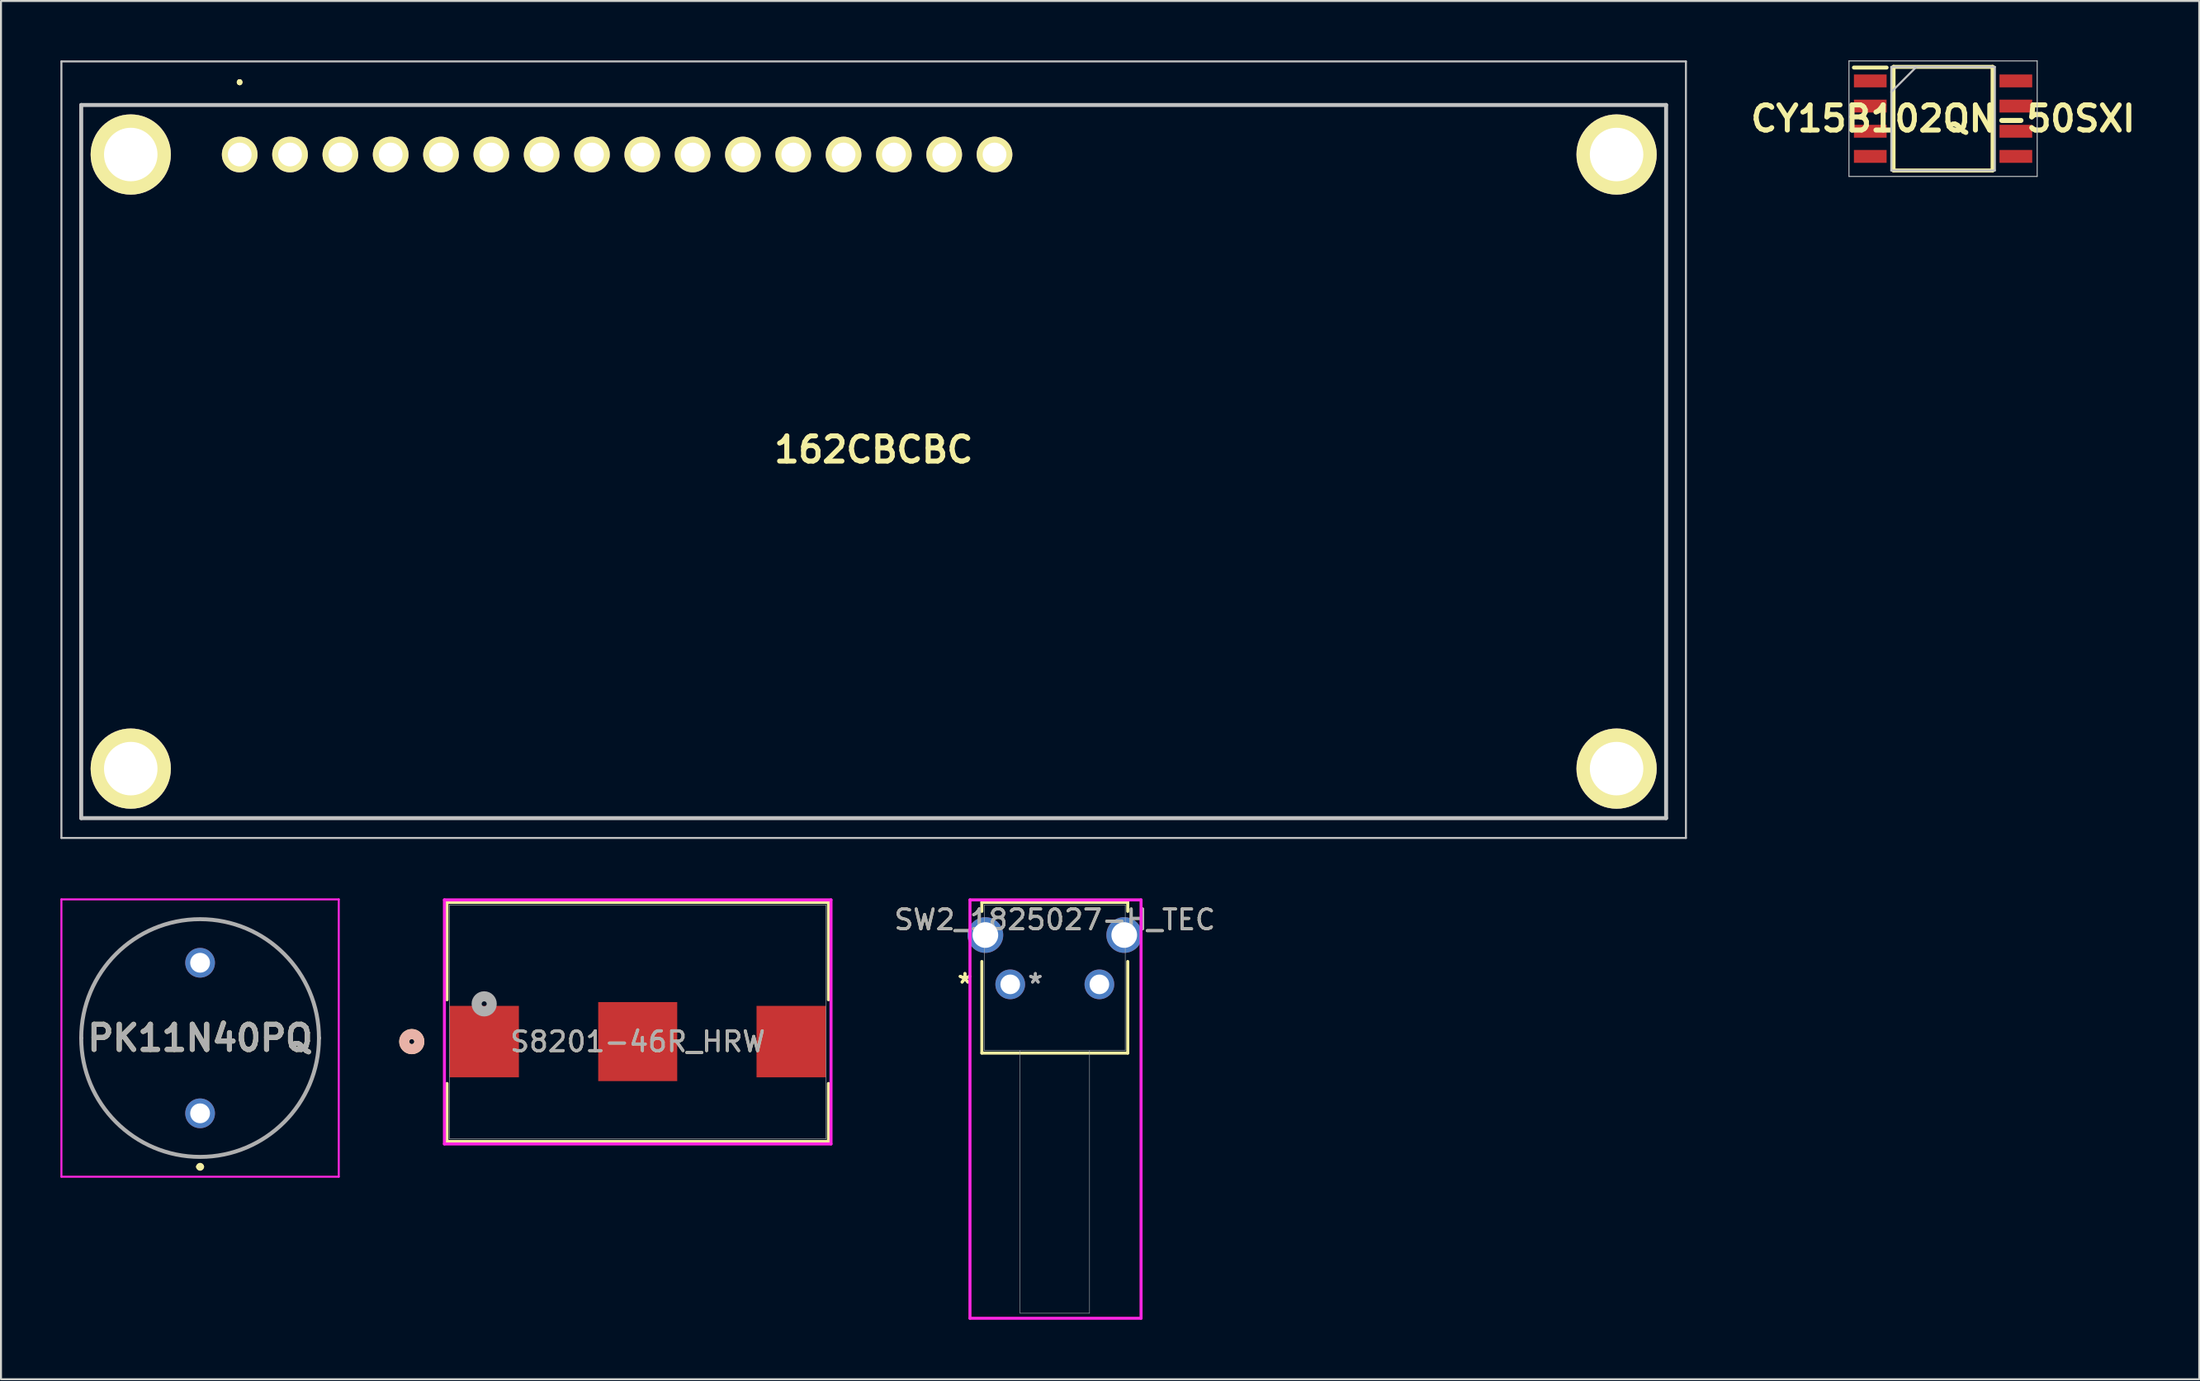
<source format=kicad_pcb>
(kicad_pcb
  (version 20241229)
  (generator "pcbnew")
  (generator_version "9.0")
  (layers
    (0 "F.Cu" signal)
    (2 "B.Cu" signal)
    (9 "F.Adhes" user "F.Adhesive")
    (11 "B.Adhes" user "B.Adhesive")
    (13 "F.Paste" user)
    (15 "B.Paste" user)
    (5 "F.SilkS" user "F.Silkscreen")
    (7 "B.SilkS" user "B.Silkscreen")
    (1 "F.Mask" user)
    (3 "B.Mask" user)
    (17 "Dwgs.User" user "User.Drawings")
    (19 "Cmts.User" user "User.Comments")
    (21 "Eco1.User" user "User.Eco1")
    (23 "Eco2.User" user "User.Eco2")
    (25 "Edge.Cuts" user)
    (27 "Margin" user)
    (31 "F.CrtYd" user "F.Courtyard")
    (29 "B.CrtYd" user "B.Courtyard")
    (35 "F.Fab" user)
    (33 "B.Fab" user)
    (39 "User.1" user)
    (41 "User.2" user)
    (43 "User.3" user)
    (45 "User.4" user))
  (footprint "SW2_1825027-H_TEC"
    (layer "F.Cu")
    (at 47.943 46.64)
    (property "Reference" "SW2_1825027-H_TEC" (at 2.25 -3.261 0) (unlocked yes) (layer "F.SilkS") (effects (font (size 1 1) (thickness 0.15))))
    (attr through_hole)
    (fp_line (start -1.433 -4.137) (end -1.433 -3.683) (stroke (width 0.152) (type solid)) (layer "F.SilkS"))
    (fp_line (start -1.433 -1.156) (end -1.433 3.47) (stroke (width 0.152) (type solid)) (layer "F.SilkS"))
    (fp_line (start -1.433 3.47) (end 5.933 3.47) (stroke (width 0.152) (type solid)) (layer "F.SilkS"))
    (fp_line (start 5.933 -4.137) (end -1.433 -4.137) (stroke (width 0.152) (type solid)) (layer "F.SilkS"))
    (fp_line (start 5.933 -3.683) (end 5.933 -4.137) (stroke (width 0.152) (type solid)) (layer "F.SilkS"))
    (fp_line (start 5.933 3.47) (end 5.933 -1.156) (stroke (width 0.152) (type solid)) (layer "F.SilkS"))
    (fp_line (start -2.032 -4.264) (end -2.032 16.856) (stroke (width 0.152) (type solid)) (layer "F.CrtYd"))
    (fp_line (start -2.032 16.856) (end 6.604 16.856) (stroke (width 0.152) (type solid)) (layer "F.CrtYd"))
    (fp_line (start 6.604 -4.264) (end -2.032 -4.264) (stroke (width 0.152) (type solid)) (layer "F.CrtYd"))
    (fp_line (start 6.604 16.856) (end 6.604 -4.264) (stroke (width 0.152) (type solid)) (layer "F.CrtYd"))
    (fp_line (start -1.306 -4.01) (end -1.306 3.343) (stroke (width 0.025) (type solid)) (layer "F.Fab"))
    (fp_line (start -1.306 3.343) (end 5.806 3.343) (stroke (width 0.025) (type solid)) (layer "F.Fab"))
    (fp_line (start 0.497 3.343) (end 0.497 16.602) (stroke (width 0.025) (type solid)) (layer "F.Fab"))
    (fp_line (start 0.497 16.602) (end 4.003 16.602) (stroke (width 0.025) (type solid)) (layer "F.Fab"))
    (fp_line (start 4.003 3.343) (end 4.003 16.602) (stroke (width 0.025) (type solid)) (layer "F.Fab"))
    (fp_line (start 5.806 -4.01) (end -1.306 -4.01) (stroke (width 0.025) (type solid)) (layer "F.Fab"))
    (fp_line (start 5.806 3.343) (end 5.806 -4.01) (stroke (width 0.025) (type solid)) (layer "F.Fab"))
    (fp_text user "*" (at -2.286 0 0) (layer "F.SilkS") (effects (font (size 1 1) (thickness 0.15))))
    (fp_text user "*" (at -2.286 0 0) (unlocked yes) (layer "F.SilkS") (effects (font (size 1 1) (thickness 0.15))))
    (fp_text user "${REFERENCE}" (at 2.25 -3.261 0) (unlocked yes) (layer "F.Fab") (effects (font (size 1 1) (thickness 0.15))))
    (fp_text user "*" (at 1.27 0 0) (unlocked yes) (layer "F.Fab") (effects (font (size 1 1) (thickness 0.15))))
    (fp_text user "*" (at 1.27 0 0) (layer "F.Fab") (effects (font (size 1 1) (thickness 0.15))))
    (pad "1" thru_hole circle (at 0 0) (size 1.499 1.499) (drill 0.991) (layers "*.Cu" "*.Mask"))
    (pad "2" thru_hole circle (at 4.5 0) (size 1.499 1.499) (drill 0.991) (layers "*.Cu" "*.Mask"))
    (pad "3" thru_hole circle (at -1.255 -2.49) (size 1.803 1.803) (drill 1.295) (layers "*.Cu" "*.Mask"))
    (pad "4" thru_hole circle (at 5.755 -2.49) (size 1.803 1.803) (drill 1.295) (layers "*.Cu" "*.Mask")))
  (footprint "CY15B102QN-50SXI"
    (layer "F.Cu")
    (at 95.03 2.94)
    (property "Reference" "CY15B102QN-50SXI" (at 0 0 0) (layer "F.SilkS") (effects (font (size 1.27 1.27) (thickness 0.254))))
    (attr smd)
    (fp_line (start -4.5 -2.58) (end -2.85 -2.58) (stroke (width 0.2) (type solid)) (layer "F.SilkS"))
    (fp_line (start -2.5 -2.615) (end 2.5 -2.615) (stroke (width 0.2) (type solid)) (layer "F.SilkS"))
    (fp_line (start -2.5 2.615) (end -2.5 -2.615) (stroke (width 0.2) (type solid)) (layer "F.SilkS"))
    (fp_line (start 2.5 -2.615) (end 2.5 2.615) (stroke (width 0.2) (type solid)) (layer "F.SilkS"))
    (fp_line (start 2.5 2.615) (end -2.5 2.615) (stroke (width 0.2) (type solid)) (layer "F.SilkS"))
    (fp_line (start -4.75 -2.915) (end 4.75 -2.915) (stroke (width 0.05) (type solid)) (layer "Dwgs.User"))
    (fp_line (start -4.75 2.915) (end -4.75 -2.915) (stroke (width 0.05) (type solid)) (layer "Dwgs.User"))
    (fp_line (start -2.615 -2.615) (end 2.615 -2.615) (stroke (width 0.1) (type solid)) (layer "Dwgs.User"))
    (fp_line (start -2.615 -1.345) (end -1.345 -2.615) (stroke (width 0.1) (type solid)) (layer "Dwgs.User"))
    (fp_line (start -2.615 2.615) (end -2.615 -2.615) (stroke (width 0.1) (type solid)) (layer "Dwgs.User"))
    (fp_line (start 2.615 -2.615) (end 2.615 2.615) (stroke (width 0.1) (type solid)) (layer "Dwgs.User"))
    (fp_line (start 2.615 2.615) (end -2.615 2.615) (stroke (width 0.1) (type solid)) (layer "Dwgs.User"))
    (fp_line (start 4.75 -2.915) (end 4.75 2.915) (stroke (width 0.05) (type solid)) (layer "Dwgs.User"))
    (fp_line (start 4.75 2.915) (end -4.75 2.915) (stroke (width 0.05) (type solid)) (layer "Dwgs.User"))
    (pad "1" smd rect (at -3.675 -1.905 90) (size 0.65 1.65) (layers "F.Cu" "F.Mask" "F.Paste"))
    (pad "2" smd rect (at -3.675 -0.635 90) (size 0.65 1.65) (layers "F.Cu" "F.Mask" "F.Paste"))
    (pad "3" smd rect (at -3.675 0.635 90) (size 0.65 1.65) (layers "F.Cu" "F.Mask" "F.Paste"))
    (pad "4" smd rect (at -3.675 1.905 90) (size 0.65 1.65) (layers "F.Cu" "F.Mask" "F.Paste"))
    (pad "5" smd rect (at 3.675 1.905 90) (size 0.65 1.65) (layers "F.Cu" "F.Mask" "F.Paste"))
    (pad "6" smd rect (at 3.675 0.635 90) (size 0.65 1.65) (layers "F.Cu" "F.Mask" "F.Paste"))
    (pad "7" smd rect (at 3.675 -0.635 90) (size 0.65 1.65) (layers "F.Cu" "F.Mask" "F.Paste"))
    (pad "8" smd rect (at 3.675 -1.905 90) (size 0.65 1.65) (layers "F.Cu" "F.Mask" "F.Paste")))
  (footprint "S8201-46R_HRW"
    (layer "F.Cu")
    (at 29.14 48.536)
    (property "Reference" "S8201-46R_HRW" (at 0 0.994 0) (unlocked yes) (layer "F.SilkS") (effects (font (size 1 1) (thickness 0.15))))
    (attr smd)
    (fp_line (start -9.627 -6.032) (end -9.627 -1.118) (stroke (width 0.152) (type solid)) (layer "F.SilkS"))
    (fp_line (start -9.627 3.107) (end -9.627 6.032) (stroke (width 0.152) (type solid)) (layer "F.SilkS"))
    (fp_line (start -9.627 6.032) (end 9.627 6.032) (stroke (width 0.152) (type solid)) (layer "F.SilkS"))
    (fp_line (start 9.627 -6.032) (end -9.627 -6.032) (stroke (width 0.152) (type solid)) (layer "F.SilkS"))
    (fp_line (start 9.627 -1.118) (end 9.627 -6.032) (stroke (width 0.152) (type solid)) (layer "F.SilkS"))
    (fp_line (start 9.627 6.032) (end 9.627 3.107) (stroke (width 0.152) (type solid)) (layer "F.SilkS"))
    (fp_circle (center -11.405 0.994) (end -11.024 0.994) (stroke (width 0.508) (type solid)) (fill no) (layer "F.SilkS"))
    (fp_circle (center -11.405 0.994) (end -11.024 0.994) (stroke (width 0.508) (type solid)) (fill no) (layer "B.SilkS"))
    (fp_line (start -9.757 -6.16) (end -9.757 6.16) (stroke (width 0.152) (type solid)) (layer "F.CrtYd"))
    (fp_line (start -9.757 6.16) (end 9.757 6.16) (stroke (width 0.152) (type solid)) (layer "F.CrtYd"))
    (fp_line (start 9.757 -6.16) (end -9.757 -6.16) (stroke (width 0.152) (type solid)) (layer "F.CrtYd"))
    (fp_line (start 9.757 6.16) (end 9.757 -6.16) (stroke (width 0.152) (type solid)) (layer "F.CrtYd"))
    (fp_line (start -9.5 -5.905) (end -9.5 5.905) (stroke (width 0.025) (type solid)) (layer "F.Fab"))
    (fp_line (start -9.5 5.905) (end 9.5 5.905) (stroke (width 0.025) (type solid)) (layer "F.Fab"))
    (fp_line (start 9.5 -5.905) (end -9.5 -5.905) (stroke (width 0.025) (type solid)) (layer "F.Fab"))
    (fp_line (start 9.5 5.905) (end 9.5 -5.905) (stroke (width 0.025) (type solid)) (layer "F.Fab"))
    (fp_circle (center -7.75 -0.911) (end -7.369 -0.911) (stroke (width 0.508) (type solid)) (fill no) (layer "F.Fab"))
    (fp_text user "${REFERENCE}" (at 0 0.994 0) (unlocked yes) (layer "F.Fab") (effects (font (size 1 1) (thickness 0.15))))
    (pad "1" smd rect (at -7.75 0.994) (size 3.505 3.607) (layers "F.Cu" "F.Mask" "F.Paste"))
    (pad "2" smd rect (at 7.75 0.994) (size 3.505 3.607) (layers "F.Cu" "F.Mask" "F.Paste"))
    (pad "3" smd rect (at 0 0.994) (size 3.988 3.988) (layers "F.Cu" "F.Mask" "F.Paste")))
  (footprint "PK11N40PQ"
    (layer "F.Cu")
    (at 7.05 53.15)
    (property "Reference" "PK11N40PQ" (at 0 -3.8 0) (layer "F.SilkS") (effects (font (size 1.27 1.27) (thickness 0.254))))
    (attr through_hole)
    (fp_line (start -6 -3.8) (end -6 -3.8) (stroke (width 0.1) (type solid)) (layer "F.SilkS"))
    (fp_line (start -0.1 2.7) (end -0.1 2.7) (stroke (width 0.2) (type solid)) (layer "F.SilkS"))
    (fp_line (start 0.1 2.7) (end 0.1 2.7) (stroke (width 0.2) (type solid)) (layer "F.SilkS"))
    (fp_line (start 6 -3.8) (end 6 -3.8) (stroke (width 0.1) (type solid)) (layer "F.SilkS"))
    (fp_arc (start -6 -3.8) (mid 0 -9.8) (end 6 -3.8) (stroke (width 0.1) (type solid)) (layer "F.SilkS"))
    (fp_arc (start -0.1 2.7) (mid 0 2.6) (end 0.1 2.7) (stroke (width 0.2) (type solid)) (layer "F.SilkS"))
    (fp_arc (start 0.1 2.7) (mid 0 2.8) (end -0.1 2.7) (stroke (width 0.2) (type solid)) (layer "F.SilkS"))
    (fp_arc (start 6 -3.8) (mid 0 2.2) (end -6 -3.8) (stroke (width 0.1) (type solid)) (layer "F.SilkS"))
    (fp_line (start -7 -10.8) (end 7 -10.8) (stroke (width 0.1) (type solid)) (layer "F.CrtYd"))
    (fp_line (start -7 3.2) (end -7 -10.8) (stroke (width 0.1) (type solid)) (layer "F.CrtYd"))
    (fp_line (start 7 -10.8) (end 7 3.2) (stroke (width 0.1) (type solid)) (layer "F.CrtYd"))
    (fp_line (start 7 3.2) (end -7 3.2) (stroke (width 0.1) (type solid)) (layer "F.CrtYd"))
    (fp_line (start -6 -3.8) (end -6 -3.8) (stroke (width 0.2) (type solid)) (layer "F.Fab"))
    (fp_line (start 6 -3.8) (end 6 -3.8) (stroke (width 0.2) (type solid)) (layer "F.Fab"))
    (fp_arc (start -6 -3.8) (mid 0 -9.8) (end 6 -3.8) (stroke (width 0.2) (type solid)) (layer "F.Fab"))
    (fp_arc (start 6 -3.8) (mid 0 2.2) (end -6 -3.8) (stroke (width 0.2) (type solid)) (layer "F.Fab"))
    (fp_text user "${REFERENCE}" (at 0 -3.8 0) (layer "F.Fab") (effects (font (size 1.27 1.27) (thickness 0.254))))
    (pad "1" thru_hole circle (at 0 0) (size 1.5 1.5) (drill 1) (layers "*.Cu" "*.Mask"))
    (pad "2" thru_hole circle (at 0 -7.6) (size 1.5 1.5) (drill 1) (layers "*.Cu" "*.Mask")))
  (footprint "162CBCBC"
    (layer "F.Cu")
    (at 1.05 2.25)
    (property "Reference" "162CBCBC" (at 40 17.4 0) (layer "F.SilkS") (effects (font (size 1.27 1.27) (thickness 0.254))))
    (attr through_hole exclude_from_pos_files)
    (fp_line (start 0 0) (end 80 0) (stroke (width 0.1) (type solid)) (layer "F.SilkS"))
    (fp_line (start 0 36) (end 0 0) (stroke (width 0.1) (type solid)) (layer "F.SilkS"))
    (fp_line (start 8 -1.2) (end 8 -1.2) (stroke (width 0.2) (type solid)) (layer "F.SilkS"))
    (fp_line (start 8 -1.2) (end 8 -1.2) (stroke (width 0.2) (type solid)) (layer "F.SilkS"))
    (fp_line (start 8 -1.1) (end 8 -1.1) (stroke (width 0.2) (type solid)) (layer "F.SilkS"))
    (fp_line (start 80 0) (end 80 36) (stroke (width 0.1) (type solid)) (layer "F.SilkS"))
    (fp_line (start 80 36) (end 0 36) (stroke (width 0.1) (type solid)) (layer "F.SilkS"))
    (fp_arc (start 8 -1.2) (mid 8.05 -1.15) (end 8 -1.1) (stroke (width 0.2) (type solid)) (layer "F.SilkS"))
    (fp_arc (start 8 -1.1) (mid 7.95 -1.15) (end 8 -1.2) (stroke (width 0.2) (type solid)) (layer "F.SilkS"))
    (fp_arc (start 8 -1.1) (mid 7.95 -1.15) (end 8 -1.2) (stroke (width 0.2) (type solid)) (layer "F.SilkS"))
    (fp_line (start -1 -2.2) (end 81 -2.2) (stroke (width 0.1) (type solid)) (layer "Dwgs.User"))
    (fp_line (start -1 37) (end -1 -2.2) (stroke (width 0.1) (type solid)) (layer "Dwgs.User"))
    (fp_line (start 0 0) (end 0 36) (stroke (width 0.2) (type solid)) (layer "Dwgs.User"))
    (fp_line (start 0 36) (end 80 36) (stroke (width 0.2) (type solid)) (layer "Dwgs.User"))
    (fp_line (start 80 0) (end 0 0) (stroke (width 0.2) (type solid)) (layer "Dwgs.User"))
    (fp_line (start 80 36) (end 80 0) (stroke (width 0.2) (type solid)) (layer "Dwgs.User"))
    (fp_line (start 81 -2.2) (end 81 37) (stroke (width 0.1) (type solid)) (layer "Dwgs.User"))
    (fp_line (start 81 37) (end -1 37) (stroke (width 0.1) (type solid)) (layer "Dwgs.User"))
    (pad "1" thru_hole circle (at 8 2.5 90) (size 1.8 1.8) (drill 1.2) (layers "*.Cu" "*.Mask" "F.SilkS"))
    (pad "2" thru_hole circle (at 10.54 2.5 90) (size 1.8 1.8) (drill 1.2) (layers "*.Cu" "*.Mask" "F.SilkS"))
    (pad "3" thru_hole circle (at 13.08 2.5 90) (size 1.8 1.8) (drill 1.2) (layers "*.Cu" "*.Mask" "F.SilkS"))
    (pad "4" thru_hole circle (at 15.62 2.5 90) (size 1.8 1.8) (drill 1.2) (layers "*.Cu" "*.Mask" "F.SilkS"))
    (pad "5" thru_hole circle (at 18.16 2.5 90) (size 1.8 1.8) (drill 1.2) (layers "*.Cu" "*.Mask" "F.SilkS"))
    (pad "6" thru_hole circle (at 20.7 2.5 90) (size 1.8 1.8) (drill 1.2) (layers "*.Cu" "*.Mask" "F.SilkS"))
    (pad "7" thru_hole circle (at 23.24 2.5 90) (size 1.8 1.8) (drill 1.2) (layers "*.Cu" "*.Mask" "F.SilkS"))
    (pad "8" thru_hole circle (at 25.78 2.5 90) (size 1.8 1.8) (drill 1.2) (layers "*.Cu" "*.Mask" "F.SilkS"))
    (pad "9" thru_hole circle (at 28.32 2.5 90) (size 1.8 1.8) (drill 1.2) (layers "*.Cu" "*.Mask" "F.SilkS"))
    (pad "10" thru_hole circle (at 30.86 2.5 90) (size 1.8 1.8) (drill 1.2) (layers "*.Cu" "*.Mask" "F.SilkS"))
    (pad "11" thru_hole circle (at 33.4 2.5 90) (size 1.8 1.8) (drill 1.2) (layers "*.Cu" "*.Mask" "F.SilkS"))
    (pad "12" thru_hole circle (at 35.94 2.5 90) (size 1.8 1.8) (drill 1.2) (layers "*.Cu" "*.Mask" "F.SilkS"))
    (pad "13" thru_hole circle (at 38.48 2.5 90) (size 1.8 1.8) (drill 1.2) (layers "*.Cu" "*.Mask" "F.SilkS"))
    (pad "14" thru_hole circle (at 41.02 2.5 90) (size 1.8 1.8) (drill 1.2) (layers "*.Cu" "*.Mask" "F.SilkS"))
    (pad "15" thru_hole circle (at 43.56 2.5 90) (size 1.8 1.8) (drill 1.2) (layers "*.Cu" "*.Mask" "F.SilkS"))
    (pad "16" thru_hole circle (at 46.1 2.5 90) (size 1.8 1.8) (drill 1.2) (layers "*.Cu" "*.Mask" "F.SilkS"))
    (pad "MH1" thru_hole circle (at 2.5 2.5 90) (size 4.05 4.05) (drill 2.7) (layers "*.Cu" "*.Mask" "F.SilkS"))
    (pad "MH2" thru_hole circle (at 77.5 2.5 90) (size 4.05 4.05) (drill 2.7) (layers "*.Cu" "*.Mask" "F.SilkS"))
    (pad "MH3" thru_hole circle (at 77.5 33.5 90) (size 4.05 4.05) (drill 2.7) (layers "*.Cu" "*.Mask" "F.SilkS"))
    (pad "MH4" thru_hole circle (at 2.5 33.5 90) (size 4.05 4.05) (drill 2.7) (layers "*.Cu" "*.Mask" "F.SilkS")))
  (gr_rect
    (start -3 -3)
    (end 107.96 66.573)
    (stroke (width 0.1) (type default))
    (fill no)
    (layer "Edge.Cuts")))
</source>
